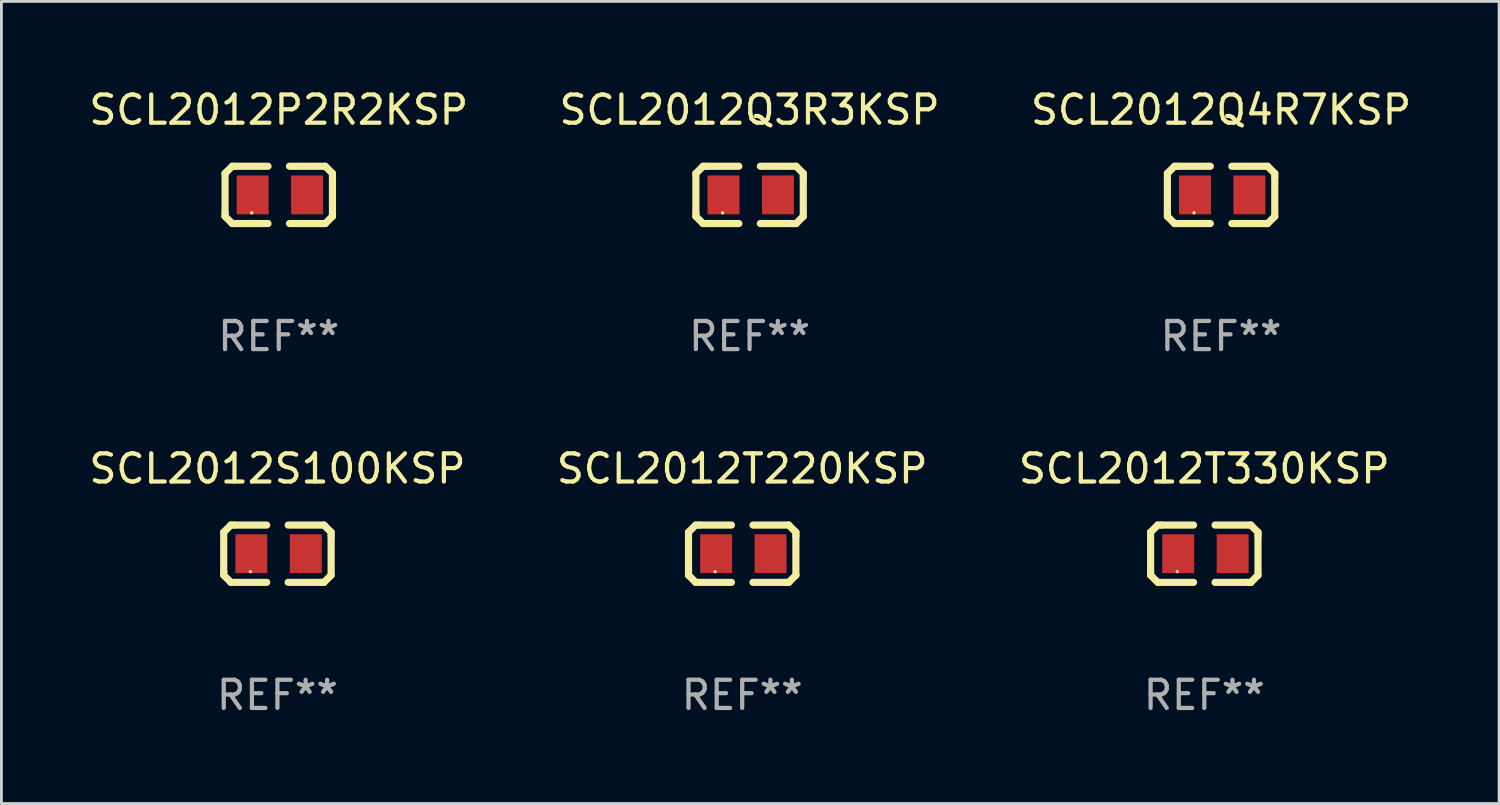
<source format=kicad_pcb>
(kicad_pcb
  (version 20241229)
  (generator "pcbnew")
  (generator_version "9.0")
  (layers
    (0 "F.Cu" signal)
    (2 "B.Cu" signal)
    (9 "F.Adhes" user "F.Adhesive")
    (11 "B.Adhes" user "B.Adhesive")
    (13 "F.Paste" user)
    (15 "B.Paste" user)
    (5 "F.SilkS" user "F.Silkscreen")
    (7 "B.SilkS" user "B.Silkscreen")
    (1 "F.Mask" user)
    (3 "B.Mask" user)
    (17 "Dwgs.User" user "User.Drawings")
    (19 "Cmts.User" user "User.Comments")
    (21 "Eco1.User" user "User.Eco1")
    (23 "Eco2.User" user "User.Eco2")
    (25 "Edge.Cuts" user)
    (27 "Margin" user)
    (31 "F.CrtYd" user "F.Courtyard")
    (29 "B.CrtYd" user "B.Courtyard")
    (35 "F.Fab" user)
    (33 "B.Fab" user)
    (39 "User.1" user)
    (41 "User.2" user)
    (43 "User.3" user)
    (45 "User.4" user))
  (footprint "SCL2012S100KSP"
    (layer "F.Cu")
    (at 6.792 16.593)
    (property "Reference" "SCL2012S100KSP" (at 0 -3.016 0) (layer "F.SilkS") (effects (font (size 1 1) (thickness 0.15))))
    (attr through_hole)
    (fp_line (start -1.905 -0.762) (end -1.905 0.635) (stroke (width 0.254) (type solid)) (layer "F.SilkS"))
    (fp_line (start -1.905 0.635) (end -1.905 0.762) (stroke (width 0.254) (type solid)) (layer "F.SilkS"))
    (fp_line (start -1.905 0.762) (end -1.651 1.016) (stroke (width 0.254) (type solid)) (layer "F.SilkS"))
    (fp_line (start -1.651 -1.016) (end -1.905 -0.762) (stroke (width 0.254) (type solid)) (layer "F.SilkS"))
    (fp_line (start -1.651 1.016) (end -0.381 1.016) (stroke (width 0.254) (type solid)) (layer "F.SilkS"))
    (fp_line (start -1.524 -1.016) (end -1.651 -1.016) (stroke (width 0.254) (type solid)) (layer "F.SilkS"))
    (fp_line (start -0.381 -1.016) (end -1.524 -1.016) (stroke (width 0.254) (type solid)) (layer "F.SilkS"))
    (fp_line (start 0.381 1.016) (end 1.524 1.016) (stroke (width 0.254) (type solid)) (layer "F.SilkS"))
    (fp_line (start 1.524 1.016) (end 1.651 1.016) (stroke (width 0.254) (type solid)) (layer "F.SilkS"))
    (fp_line (start 1.651 -1.016) (end 0.381 -1.016) (stroke (width 0.254) (type solid)) (layer "F.SilkS"))
    (fp_line (start 1.651 1.016) (end 1.905 0.762) (stroke (width 0.254) (type solid)) (layer "F.SilkS"))
    (fp_line (start 1.905 -0.762) (end 1.651 -1.016) (stroke (width 0.254) (type solid)) (layer "F.SilkS"))
    (fp_line (start 1.905 -0.635) (end 1.905 -0.762) (stroke (width 0.254) (type solid)) (layer "F.SilkS"))
    (fp_line (start 1.905 0.762) (end 1.905 -0.635) (stroke (width 0.254) (type solid)) (layer "F.SilkS"))
    (fp_circle (center -0.96 0.637) (end -0.93 0.637) (stroke (width 0.06) (type solid)) (fill no) (layer "F.SilkS"))
    (fp_text user "REF**" (at 0 5.016 0) (layer "F.Fab") (effects (font (size 1 1) (thickness 0.15))))
    (pad "1" smd rect (at -0.926 -0.000051) (size 1.133 1.377) (layers "F.Cu" "F.Mask" "F.Paste"))
    (pad "2" smd rect (at 1.006 -0.000051) (size 1.133 1.377) (layers "F.Cu" "F.Mask" "F.Paste")))
  (footprint "SCL2012T330KSP"
    (layer "F.Cu")
    (at 39.673 16.593)
    (property "Reference" "SCL2012T330KSP" (at 0 -3.016 0) (layer "F.SilkS") (effects (font (size 1 1) (thickness 0.15))))
    (attr through_hole)
    (fp_line (start -1.905 -0.762) (end -1.905 0.635) (stroke (width 0.254) (type solid)) (layer "F.SilkS"))
    (fp_line (start -1.905 0.635) (end -1.905 0.762) (stroke (width 0.254) (type solid)) (layer "F.SilkS"))
    (fp_line (start -1.905 0.762) (end -1.651 1.016) (stroke (width 0.254) (type solid)) (layer "F.SilkS"))
    (fp_line (start -1.651 -1.016) (end -1.905 -0.762) (stroke (width 0.254) (type solid)) (layer "F.SilkS"))
    (fp_line (start -1.651 1.016) (end -0.381 1.016) (stroke (width 0.254) (type solid)) (layer "F.SilkS"))
    (fp_line (start -1.524 -1.016) (end -1.651 -1.016) (stroke (width 0.254) (type solid)) (layer "F.SilkS"))
    (fp_line (start -0.381 -1.016) (end -1.524 -1.016) (stroke (width 0.254) (type solid)) (layer "F.SilkS"))
    (fp_line (start 0.381 1.016) (end 1.524 1.016) (stroke (width 0.254) (type solid)) (layer "F.SilkS"))
    (fp_line (start 1.524 1.016) (end 1.651 1.016) (stroke (width 0.254) (type solid)) (layer "F.SilkS"))
    (fp_line (start 1.651 -1.016) (end 0.381 -1.016) (stroke (width 0.254) (type solid)) (layer "F.SilkS"))
    (fp_line (start 1.651 1.016) (end 1.905 0.762) (stroke (width 0.254) (type solid)) (layer "F.SilkS"))
    (fp_line (start 1.905 -0.762) (end 1.651 -1.016) (stroke (width 0.254) (type solid)) (layer "F.SilkS"))
    (fp_line (start 1.905 -0.635) (end 1.905 -0.762) (stroke (width 0.254) (type solid)) (layer "F.SilkS"))
    (fp_line (start 1.905 0.762) (end 1.905 -0.635) (stroke (width 0.254) (type solid)) (layer "F.SilkS"))
    (fp_circle (center -0.96 0.637) (end -0.93 0.637) (stroke (width 0.06) (type solid)) (fill no) (layer "F.SilkS"))
    (fp_text user "REF**" (at 0 5.016 0) (layer "F.Fab") (effects (font (size 1 1) (thickness 0.15))))
    (pad "1" smd rect (at -0.926 -0.000051) (size 1.133 1.377) (layers "F.Cu" "F.Mask" "F.Paste"))
    (pad "2" smd rect (at 1.006 -0.000051) (size 1.133 1.377) (layers "F.Cu" "F.Mask" "F.Paste")))
  (footprint "SCL2012Q4R7KSP"
    (layer "F.Cu")
    (at 40.268 3.864)
    (property "Reference" "SCL2012Q4R7KSP" (at 0 -3.016 0) (layer "F.SilkS") (effects (font (size 1 1) (thickness 0.15))))
    (attr through_hole)
    (fp_line (start -1.905 -0.762) (end -1.905 0.635) (stroke (width 0.254) (type solid)) (layer "F.SilkS"))
    (fp_line (start -1.905 0.635) (end -1.905 0.762) (stroke (width 0.254) (type solid)) (layer "F.SilkS"))
    (fp_line (start -1.905 0.762) (end -1.651 1.016) (stroke (width 0.254) (type solid)) (layer "F.SilkS"))
    (fp_line (start -1.651 -1.016) (end -1.905 -0.762) (stroke (width 0.254) (type solid)) (layer "F.SilkS"))
    (fp_line (start -1.651 1.016) (end -0.381 1.016) (stroke (width 0.254) (type solid)) (layer "F.SilkS"))
    (fp_line (start -1.524 -1.016) (end -1.651 -1.016) (stroke (width 0.254) (type solid)) (layer "F.SilkS"))
    (fp_line (start -0.381 -1.016) (end -1.524 -1.016) (stroke (width 0.254) (type solid)) (layer "F.SilkS"))
    (fp_line (start 0.381 1.016) (end 1.524 1.016) (stroke (width 0.254) (type solid)) (layer "F.SilkS"))
    (fp_line (start 1.524 1.016) (end 1.651 1.016) (stroke (width 0.254) (type solid)) (layer "F.SilkS"))
    (fp_line (start 1.651 -1.016) (end 0.381 -1.016) (stroke (width 0.254) (type solid)) (layer "F.SilkS"))
    (fp_line (start 1.651 1.016) (end 1.905 0.762) (stroke (width 0.254) (type solid)) (layer "F.SilkS"))
    (fp_line (start 1.905 -0.762) (end 1.651 -1.016) (stroke (width 0.254) (type solid)) (layer "F.SilkS"))
    (fp_line (start 1.905 -0.635) (end 1.905 -0.762) (stroke (width 0.254) (type solid)) (layer "F.SilkS"))
    (fp_line (start 1.905 0.762) (end 1.905 -0.635) (stroke (width 0.254) (type solid)) (layer "F.SilkS"))
    (fp_circle (center -0.96 0.637) (end -0.93 0.637) (stroke (width 0.06) (type solid)) (fill no) (layer "F.SilkS"))
    (fp_text user "REF**" (at 0 5.016 0) (layer "F.Fab") (effects (font (size 1 1) (thickness 0.15))))
    (pad "1" smd rect (at -0.926 -0.000051) (size 1.133 1.377) (layers "F.Cu" "F.Mask" "F.Paste"))
    (pad "2" smd rect (at 1.006 -0.000051) (size 1.133 1.377) (layers "F.Cu" "F.Mask" "F.Paste")))
  (footprint "SCL2012T220KSP"
    (layer "F.Cu")
    (at 23.28 16.593)
    (property "Reference" "SCL2012T220KSP" (at 0 -3.016 0) (layer "F.SilkS") (effects (font (size 1 1) (thickness 0.15))))
    (attr through_hole)
    (fp_line (start -1.905 -0.762) (end -1.905 0.635) (stroke (width 0.254) (type solid)) (layer "F.SilkS"))
    (fp_line (start -1.905 0.635) (end -1.905 0.762) (stroke (width 0.254) (type solid)) (layer "F.SilkS"))
    (fp_line (start -1.905 0.762) (end -1.651 1.016) (stroke (width 0.254) (type solid)) (layer "F.SilkS"))
    (fp_line (start -1.651 -1.016) (end -1.905 -0.762) (stroke (width 0.254) (type solid)) (layer "F.SilkS"))
    (fp_line (start -1.651 1.016) (end -0.381 1.016) (stroke (width 0.254) (type solid)) (layer "F.SilkS"))
    (fp_line (start -1.524 -1.016) (end -1.651 -1.016) (stroke (width 0.254) (type solid)) (layer "F.SilkS"))
    (fp_line (start -0.381 -1.016) (end -1.524 -1.016) (stroke (width 0.254) (type solid)) (layer "F.SilkS"))
    (fp_line (start 0.381 1.016) (end 1.524 1.016) (stroke (width 0.254) (type solid)) (layer "F.SilkS"))
    (fp_line (start 1.524 1.016) (end 1.651 1.016) (stroke (width 0.254) (type solid)) (layer "F.SilkS"))
    (fp_line (start 1.651 -1.016) (end 0.381 -1.016) (stroke (width 0.254) (type solid)) (layer "F.SilkS"))
    (fp_line (start 1.651 1.016) (end 1.905 0.762) (stroke (width 0.254) (type solid)) (layer "F.SilkS"))
    (fp_line (start 1.905 -0.762) (end 1.651 -1.016) (stroke (width 0.254) (type solid)) (layer "F.SilkS"))
    (fp_line (start 1.905 -0.635) (end 1.905 -0.762) (stroke (width 0.254) (type solid)) (layer "F.SilkS"))
    (fp_line (start 1.905 0.762) (end 1.905 -0.635) (stroke (width 0.254) (type solid)) (layer "F.SilkS"))
    (fp_circle (center -0.96 0.637) (end -0.93 0.637) (stroke (width 0.06) (type solid)) (fill no) (layer "F.SilkS"))
    (fp_text user "REF**" (at 0 5.016 0) (layer "F.Fab") (effects (font (size 1 1) (thickness 0.15))))
    (pad "1" smd rect (at -0.926 -0.000051) (size 1.133 1.377) (layers "F.Cu" "F.Mask" "F.Paste"))
    (pad "2" smd rect (at 1.006 -0.000051) (size 1.133 1.377) (layers "F.Cu" "F.Mask" "F.Paste")))
  (footprint "SCL2012P2R2KSP"
    (layer "F.Cu")
    (at 6.839 3.864)
    (property "Reference" "SCL2012P2R2KSP" (at 0 -3.016 0) (layer "F.SilkS") (effects (font (size 1 1) (thickness 0.15))))
    (attr through_hole)
    (fp_line (start -1.905 -0.762) (end -1.905 0.635) (stroke (width 0.254) (type solid)) (layer "F.SilkS"))
    (fp_line (start -1.905 0.635) (end -1.905 0.762) (stroke (width 0.254) (type solid)) (layer "F.SilkS"))
    (fp_line (start -1.905 0.762) (end -1.651 1.016) (stroke (width 0.254) (type solid)) (layer "F.SilkS"))
    (fp_line (start -1.651 -1.016) (end -1.905 -0.762) (stroke (width 0.254) (type solid)) (layer "F.SilkS"))
    (fp_line (start -1.651 1.016) (end -0.381 1.016) (stroke (width 0.254) (type solid)) (layer "F.SilkS"))
    (fp_line (start -1.524 -1.016) (end -1.651 -1.016) (stroke (width 0.254) (type solid)) (layer "F.SilkS"))
    (fp_line (start -0.381 -1.016) (end -1.524 -1.016) (stroke (width 0.254) (type solid)) (layer "F.SilkS"))
    (fp_line (start 0.381 1.016) (end 1.524 1.016) (stroke (width 0.254) (type solid)) (layer "F.SilkS"))
    (fp_line (start 1.524 1.016) (end 1.651 1.016) (stroke (width 0.254) (type solid)) (layer "F.SilkS"))
    (fp_line (start 1.651 -1.016) (end 0.381 -1.016) (stroke (width 0.254) (type solid)) (layer "F.SilkS"))
    (fp_line (start 1.651 1.016) (end 1.905 0.762) (stroke (width 0.254) (type solid)) (layer "F.SilkS"))
    (fp_line (start 1.905 -0.762) (end 1.651 -1.016) (stroke (width 0.254) (type solid)) (layer "F.SilkS"))
    (fp_line (start 1.905 -0.635) (end 1.905 -0.762) (stroke (width 0.254) (type solid)) (layer "F.SilkS"))
    (fp_line (start 1.905 0.762) (end 1.905 -0.635) (stroke (width 0.254) (type solid)) (layer "F.SilkS"))
    (fp_circle (center -0.96 0.637) (end -0.93 0.637) (stroke (width 0.06) (type solid)) (fill no) (layer "F.SilkS"))
    (fp_text user "REF**" (at 0 5.016 0) (layer "F.Fab") (effects (font (size 1 1) (thickness 0.15))))
    (pad "1" smd rect (at -0.926 -0.000051) (size 1.133 1.377) (layers "F.Cu" "F.Mask" "F.Paste"))
    (pad "2" smd rect (at 1.006 -0.000051) (size 1.133 1.377) (layers "F.Cu" "F.Mask" "F.Paste")))
  (footprint "SCL2012Q3R3KSP"
    (layer "F.Cu")
    (at 23.542 3.864)
    (property "Reference" "SCL2012Q3R3KSP" (at 0 -3.016 0) (layer "F.SilkS") (effects (font (size 1 1) (thickness 0.15))))
    (attr through_hole)
    (fp_line (start -1.905 -0.762) (end -1.905 0.635) (stroke (width 0.254) (type solid)) (layer "F.SilkS"))
    (fp_line (start -1.905 0.635) (end -1.905 0.762) (stroke (width 0.254) (type solid)) (layer "F.SilkS"))
    (fp_line (start -1.905 0.762) (end -1.651 1.016) (stroke (width 0.254) (type solid)) (layer "F.SilkS"))
    (fp_line (start -1.651 -1.016) (end -1.905 -0.762) (stroke (width 0.254) (type solid)) (layer "F.SilkS"))
    (fp_line (start -1.651 1.016) (end -0.381 1.016) (stroke (width 0.254) (type solid)) (layer "F.SilkS"))
    (fp_line (start -1.524 -1.016) (end -1.651 -1.016) (stroke (width 0.254) (type solid)) (layer "F.SilkS"))
    (fp_line (start -0.381 -1.016) (end -1.524 -1.016) (stroke (width 0.254) (type solid)) (layer "F.SilkS"))
    (fp_line (start 0.381 1.016) (end 1.524 1.016) (stroke (width 0.254) (type solid)) (layer "F.SilkS"))
    (fp_line (start 1.524 1.016) (end 1.651 1.016) (stroke (width 0.254) (type solid)) (layer "F.SilkS"))
    (fp_line (start 1.651 -1.016) (end 0.381 -1.016) (stroke (width 0.254) (type solid)) (layer "F.SilkS"))
    (fp_line (start 1.651 1.016) (end 1.905 0.762) (stroke (width 0.254) (type solid)) (layer "F.SilkS"))
    (fp_line (start 1.905 -0.762) (end 1.651 -1.016) (stroke (width 0.254) (type solid)) (layer "F.SilkS"))
    (fp_line (start 1.905 -0.635) (end 1.905 -0.762) (stroke (width 0.254) (type solid)) (layer "F.SilkS"))
    (fp_line (start 1.905 0.762) (end 1.905 -0.635) (stroke (width 0.254) (type solid)) (layer "F.SilkS"))
    (fp_circle (center -0.96 0.637) (end -0.93 0.637) (stroke (width 0.06) (type solid)) (fill no) (layer "F.SilkS"))
    (fp_text user "REF**" (at 0 5.016 0) (layer "F.Fab") (effects (font (size 1 1) (thickness 0.15))))
    (pad "1" smd rect (at -0.926 -0.000051) (size 1.133 1.377) (layers "F.Cu" "F.Mask" "F.Paste"))
    (pad "2" smd rect (at 1.006 -0.000051) (size 1.133 1.377) (layers "F.Cu" "F.Mask" "F.Paste")))
  (gr_rect
    (start -3 -3)
    (end 50.131 25.457)
    (stroke (width 0.1) (type default))
    (fill no)
    (layer "Edge.Cuts")))
</source>
